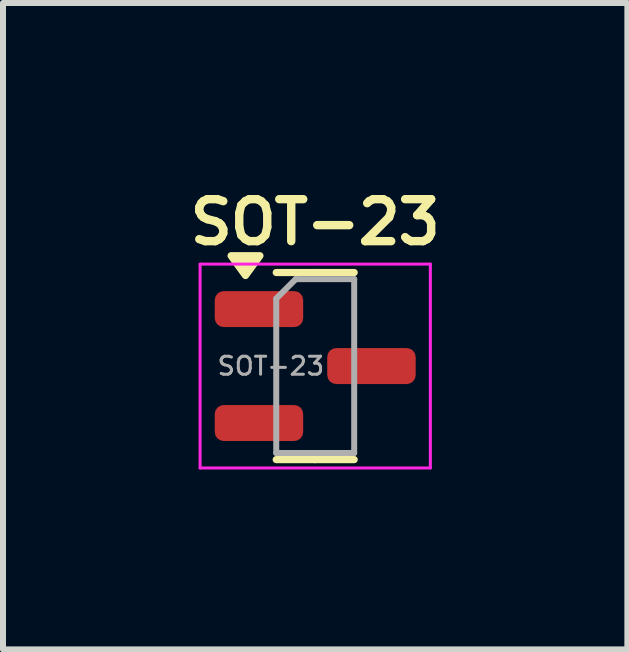
<source format=kicad_pcb>
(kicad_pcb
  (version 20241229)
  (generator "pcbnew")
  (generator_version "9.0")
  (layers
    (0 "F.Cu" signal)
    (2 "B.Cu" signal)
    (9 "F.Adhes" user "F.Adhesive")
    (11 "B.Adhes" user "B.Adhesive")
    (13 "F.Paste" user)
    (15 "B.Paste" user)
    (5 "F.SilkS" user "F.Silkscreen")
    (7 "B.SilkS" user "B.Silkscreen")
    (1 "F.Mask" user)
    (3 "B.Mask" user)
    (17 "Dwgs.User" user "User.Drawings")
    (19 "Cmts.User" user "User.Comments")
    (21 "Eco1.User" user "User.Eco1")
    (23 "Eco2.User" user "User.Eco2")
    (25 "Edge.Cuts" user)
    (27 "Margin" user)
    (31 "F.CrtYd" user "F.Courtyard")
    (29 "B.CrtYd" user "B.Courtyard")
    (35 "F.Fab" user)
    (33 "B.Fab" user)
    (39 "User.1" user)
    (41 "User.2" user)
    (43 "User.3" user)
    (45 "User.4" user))
  (footprint "SOT-23"
    (layer "F.Cu")
    (at 2.207 3.055)
    (property "Reference" "SOT-23" (at 0 -2.4 0) (layer "F.SilkS") (effects (font (size 0.7 0.7) (thickness 0.14) (bold yes))))
    (property "Value" "SOT-23" (at 0 2.4 0) (layer "F.Fab") (hide yes) (effects (font (size 1 1) (thickness 0.15))))
    (attr smd)
    (fp_line (start 0 -1.56) (end -0.65 -1.56) (stroke (width 0.12) (type solid)) (layer "F.SilkS"))
    (fp_line (start 0 -1.56) (end 0.65 -1.56) (stroke (width 0.12) (type solid)) (layer "F.SilkS"))
    (fp_line (start 0 1.56) (end -0.65 1.56) (stroke (width 0.12) (type solid)) (layer "F.SilkS"))
    (fp_line (start 0 1.56) (end 0.65 1.56) (stroke (width 0.12) (type solid)) (layer "F.SilkS"))
    (fp_poly (pts (xy -1.163 -1.51) (xy -1.403 -1.84) (xy -0.922 -1.84) (xy -1.163 -1.51)) (stroke (width 0.12) (type solid)) (fill yes) (layer "F.SilkS"))
    (fp_line (start -1.92 -1.7) (end -1.92 1.7) (stroke (width 0.05) (type solid)) (layer "F.CrtYd"))
    (fp_line (start -1.92 1.7) (end 1.92 1.7) (stroke (width 0.05) (type solid)) (layer "F.CrtYd"))
    (fp_line (start 1.92 -1.7) (end -1.92 -1.7) (stroke (width 0.05) (type solid)) (layer "F.CrtYd"))
    (fp_line (start 1.92 1.7) (end 1.92 -1.7) (stroke (width 0.05) (type solid)) (layer "F.CrtYd"))
    (fp_line (start -0.65 -1.125) (end -0.325 -1.45) (stroke (width 0.1) (type solid)) (layer "F.Fab"))
    (fp_line (start -0.65 1.45) (end -0.65 -1.125) (stroke (width 0.1) (type solid)) (layer "F.Fab"))
    (fp_line (start -0.325 -1.45) (end 0.65 -1.45) (stroke (width 0.1) (type solid)) (layer "F.Fab"))
    (fp_line (start 0.65 -1.45) (end 0.65 1.45) (stroke (width 0.1) (type solid)) (layer "F.Fab"))
    (fp_line (start 0.65 1.45) (end -0.65 1.45) (stroke (width 0.1) (type solid)) (layer "F.Fab"))
    (fp_text user "${VALUE}" (at -0.74 0 0) (layer "F.Fab") (effects (font (size 0.3 0.3) (thickness 0.05) (bold yes))))
    (pad "1" smd roundrect (at -0.938 -0.95) (size 1.475 0.6) (layers "F.Cu" "F.Mask" "F.Paste") (roundrect_rratio 0.25))
    (pad "2" smd roundrect (at -0.938 0.95) (size 1.475 0.6) (layers "F.Cu" "F.Mask" "F.Paste") (roundrect_rratio 0.25))
    (pad "3" smd roundrect (at 0.938 0) (size 1.475 0.6) (layers "F.Cu" "F.Mask" "F.Paste") (roundrect_rratio 0.25)))
  (gr_rect
    (start -3 -3)
    (end 7.413 7.78)
    (stroke (width 0.1) (type default))
    (fill no)
    (layer "Edge.Cuts")))
</source>
